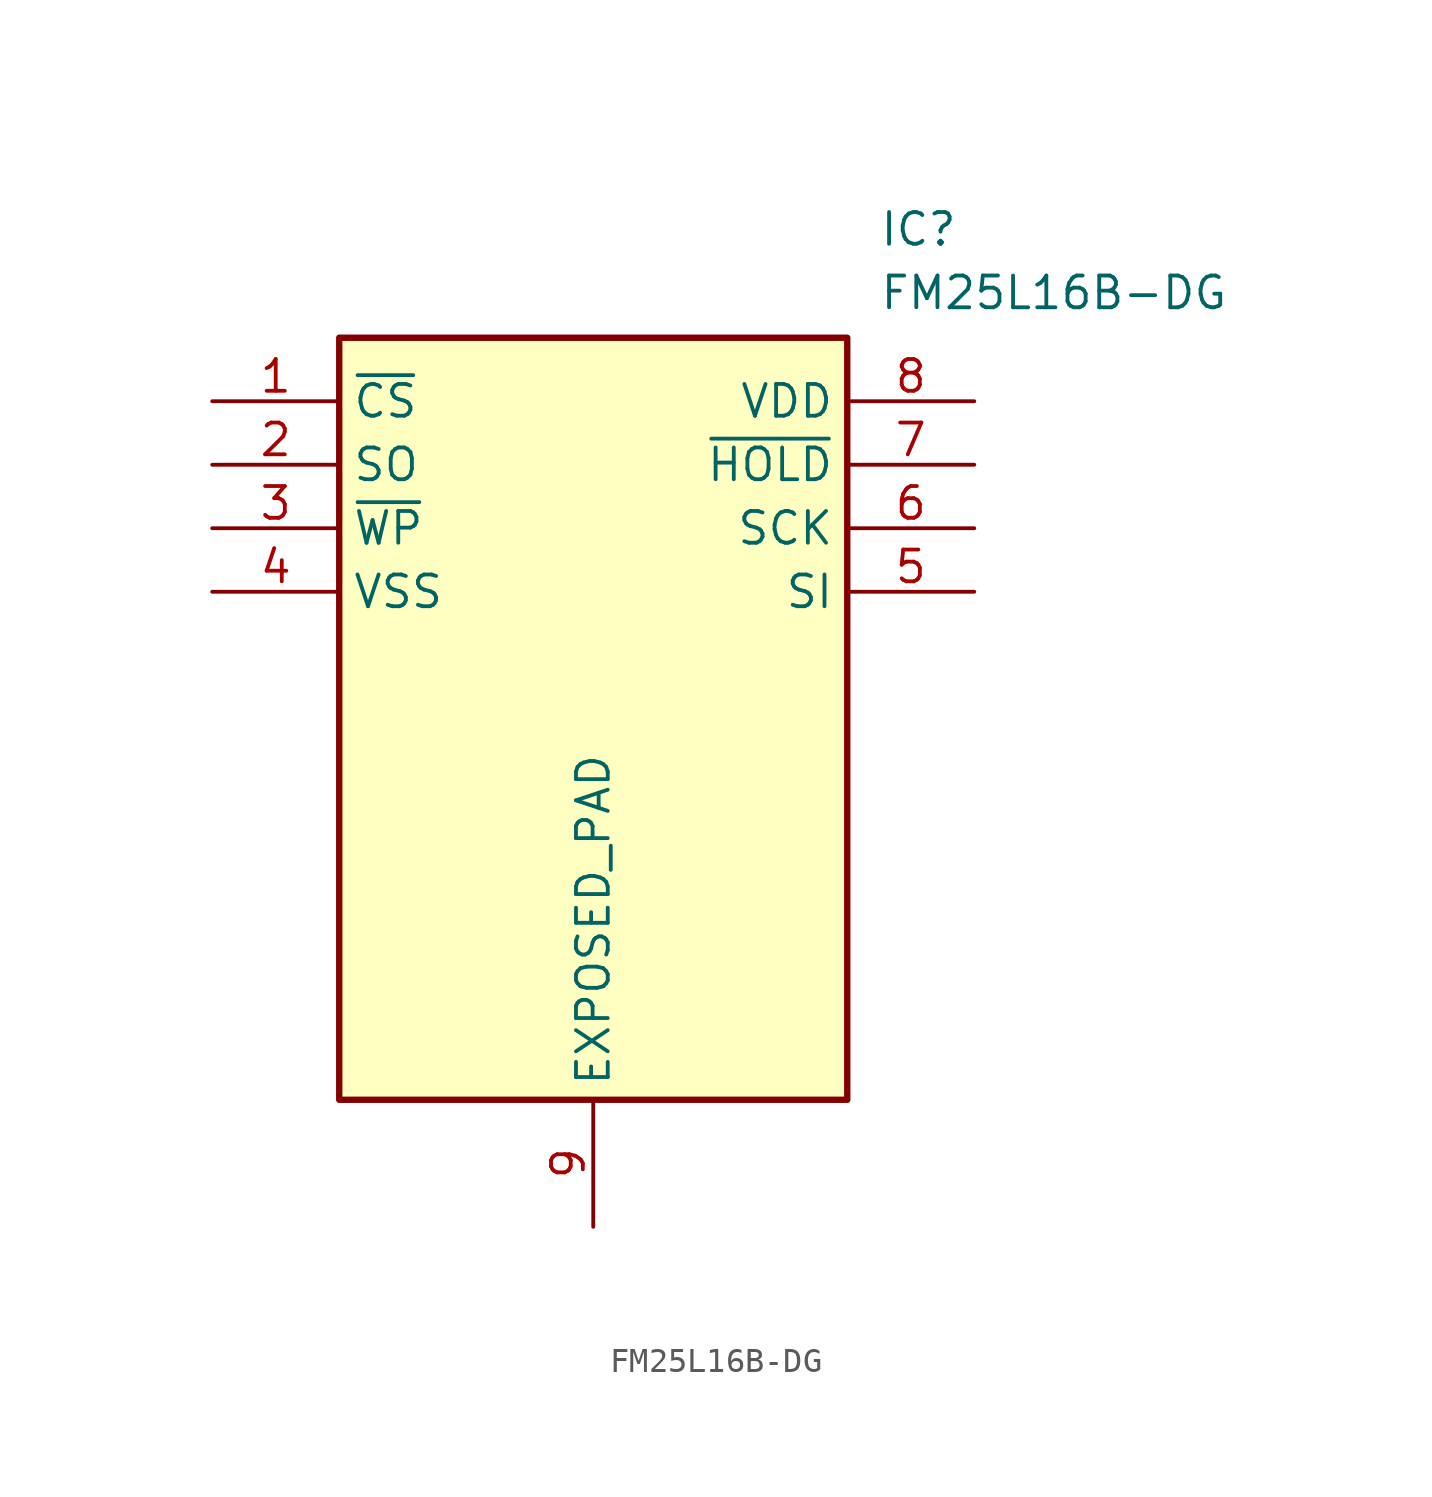
<source format=kicad_sym>
(kicad_symbol_lib
  (version 20211014)
  (generator SamacSys_ECAD_Model)
  (symbol "FM25L16B-DG"
    (property "Reference" "IC"
      (at 26.67 7.62 0)
      (effects (font (size 1.27 1.27)) (justify left top)))
    (property "Value" "FM25L16B-DG"
      (at 26.67 5.08 0)
      (effects (font (size 1.27 1.27)) (justify left top)))
    (rectangle
      (start 5.08 2.54)
      (end 25.4 -27.94)
      (stroke (width 0.254) (type default))
      (fill (type background)))
    (pin passive line
      (at 0 0 0)
      (length 5.08)
      (name "~{CS}" (effects (font (size 1.27 1.27))))
      (number "1" (effects (font (size 1.27 1.27)))))
    (pin passive line
      (at 0 -2.54 0)
      (length 5.08)
      (name "SO" (effects (font (size 1.27 1.27))))
      (number "2" (effects (font (size 1.27 1.27)))))
    (pin passive line
      (at 0 -5.08 0)
      (length 5.08)
      (name "~{WP}" (effects (font (size 1.27 1.27))))
      (number "3" (effects (font (size 1.27 1.27)))))
    (pin passive line
      (at 0 -7.62 0)
      (length 5.08)
      (name "VSS" (effects (font (size 1.27 1.27))))
      (number "4" (effects (font (size 1.27 1.27)))))
    (pin passive line
      (at 15.24 -33.02 90)
      (length 5.08)
      (name "EXPOSED_PAD" (effects (font (size 1.27 1.27))))
      (number "9" (effects (font (size 1.27 1.27)))))
    (pin passive line
      (at 30.48 0 180)
      (length 5.08)
      (name "VDD" (effects (font (size 1.27 1.27))))
      (number "8" (effects (font (size 1.27 1.27)))))
    (pin passive line
      (at 30.48 -2.54 180)
      (length 5.08)
      (name "~{HOLD}" (effects (font (size 1.27 1.27))))
      (number "7" (effects (font (size 1.27 1.27)))))
    (pin passive line
      (at 30.48 -5.08 180)
      (length 5.08)
      (name "SCK" (effects (font (size 1.27 1.27))))
      (number "6" (effects (font (size 1.27 1.27)))))
    (pin passive line
      (at 30.48 -7.62 180)
      (length 5.08)
      (name "SI" (effects (font (size 1.27 1.27))))
      (number "5" (effects (font (size 1.27 1.27)))))))
</source>
